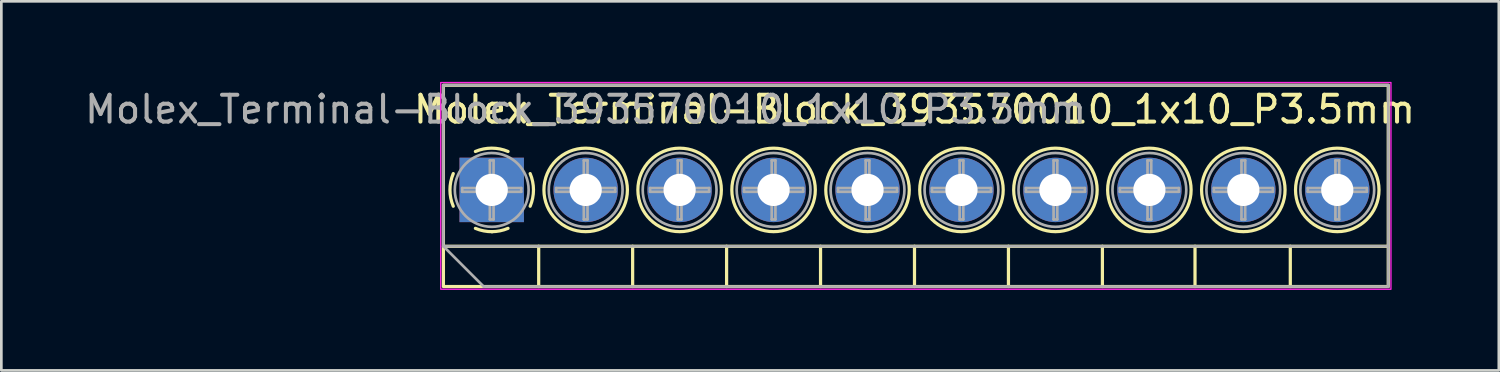
<source format=kicad_pcb>
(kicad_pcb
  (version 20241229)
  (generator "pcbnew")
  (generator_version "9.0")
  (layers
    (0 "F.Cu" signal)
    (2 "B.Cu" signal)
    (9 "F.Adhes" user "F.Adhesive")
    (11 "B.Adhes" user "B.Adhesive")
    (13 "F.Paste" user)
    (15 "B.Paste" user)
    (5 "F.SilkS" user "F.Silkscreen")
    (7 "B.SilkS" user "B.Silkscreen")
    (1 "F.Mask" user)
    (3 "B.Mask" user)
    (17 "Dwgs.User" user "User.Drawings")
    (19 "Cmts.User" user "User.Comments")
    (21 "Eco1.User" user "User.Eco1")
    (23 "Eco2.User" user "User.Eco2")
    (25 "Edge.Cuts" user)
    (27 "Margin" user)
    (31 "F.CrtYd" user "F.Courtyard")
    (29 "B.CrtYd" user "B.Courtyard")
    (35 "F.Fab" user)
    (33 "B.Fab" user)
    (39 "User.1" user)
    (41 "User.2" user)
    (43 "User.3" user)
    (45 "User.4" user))
  (footprint "Molex_Terminal-Block_393570010_1x10_P3.5mm"
    (layer "F.Cu")
    (at 15.268 4.025)
    (property "Reference" "Molex_Terminal-Block_393570010_1x10_P3.5mm" (at 15.75 -3 180) (layer "F.SilkS") (effects (font (size 1 1) (thickness 0.15))))
    (attr through_hole)
    (fp_line (start -1.8 2.1) (end 33.4 2.1) (stroke (width 0.12) (type solid)) (layer "F.SilkS"))
    (fp_line (start 1.75 2.1) (end 1.75 3.6) (stroke (width 0.12) (type default)) (layer "F.SilkS"))
    (fp_line (start 5.25 2.1) (end 5.25 3.6) (stroke (width 0.12) (type default)) (layer "F.SilkS"))
    (fp_line (start 8.75 2.1) (end 8.75 3.6) (stroke (width 0.12) (type default)) (layer "F.SilkS"))
    (fp_line (start 12.25 2.1) (end 12.25 3.6) (stroke (width 0.12) (type default)) (layer "F.SilkS"))
    (fp_line (start 15.75 3.6) (end 15.75 2.1) (stroke (width 0.12) (type default)) (layer "F.SilkS"))
    (fp_line (start 19.25 2.1) (end 19.25 3.6) (stroke (width 0.12) (type default)) (layer "F.SilkS"))
    (fp_line (start 22.75 2.1) (end 22.75 3.6) (stroke (width 0.12) (type default)) (layer "F.SilkS"))
    (fp_line (start 26.2 2.1) (end 26.2 3.6) (stroke (width 0.12) (type default)) (layer "F.SilkS"))
    (fp_line (start 29.75 2.1) (end 29.75 3.6) (stroke (width 0.12) (type default)) (layer "F.SilkS"))
    (fp_arc (start -1.432109 0.607742) (mid -1.555727 -0.00014) (end -1.432 -0.608) (stroke (width 0.12) (type solid)) (layer "F.SilkS"))
    (fp_arc (start -0.607742 -1.432109) (mid 0.00014 -1.555727) (end 0.608 -1.432) (stroke (width 0.12) (type solid)) (layer "F.SilkS"))
    (fp_arc (start 0.027011 1.555493) (mid -0.296984 1.527118) (end -0.608 1.432) (stroke (width 0.12) (type solid)) (layer "F.SilkS"))
    (fp_arc (start 0.607587 1.431385) (mid 0.310017 1.523783) (end 0 1.555) (stroke (width 0.12) (type solid)) (layer "F.SilkS"))
    (fp_arc (start 1.432109 -0.607742) (mid 1.555727 0.00014) (end 1.432 0.608) (stroke (width 0.12) (type solid)) (layer "F.SilkS"))
    (fp_circle (center 3.5 0) (end 5.055 0) (stroke (width 0.12) (type solid)) (fill no) (layer "F.SilkS"))
    (fp_circle (center 7 0) (end 8.555 0) (stroke (width 0.12) (type solid)) (fill no) (layer "F.SilkS"))
    (fp_circle (center 10.5 0) (end 12.055 0) (stroke (width 0.12) (type solid)) (fill no) (layer "F.SilkS"))
    (fp_circle (center 14 0) (end 15.555 0) (stroke (width 0.12) (type solid)) (fill no) (layer "F.SilkS"))
    (fp_circle (center 17.5 0) (end 19.055 0) (stroke (width 0.12) (type solid)) (fill no) (layer "F.SilkS"))
    (fp_circle (center 21 0) (end 22.555 0) (stroke (width 0.12) (type solid)) (fill no) (layer "F.SilkS"))
    (fp_circle (center 24.5 0) (end 26.055 0) (stroke (width 0.12) (type solid)) (fill no) (layer "F.SilkS"))
    (fp_circle (center 28 0) (end 29.555 0) (stroke (width 0.12) (type solid)) (fill no) (layer "F.SilkS"))
    (fp_circle (center 31.5 0) (end 33.055 0) (stroke (width 0.12) (type solid)) (fill no) (layer "F.SilkS"))
    (fp_poly (pts (xy 33.4 3.6) (xy 33.4 -3.9) (xy -1.8 -3.9) (xy -1.8 3.6)) (stroke (width 0.12) (type solid)) (fill no) (layer "F.SilkS"))
    (fp_poly (pts (xy -1.9 3.7) (xy -1.9 -4) (xy 33.5 -4) (xy 33.5 3.7)) (stroke (width 0.05) (type solid)) (fill no) (layer "F.CrtYd"))
    (fp_line (start -1.8 -3.9) (end 33.4 -3.9) (stroke (width 0.1) (type solid)) (layer "F.Fab"))
    (fp_line (start -1.8 2.1) (end -1.8 -3.9) (stroke (width 0.1) (type solid)) (layer "F.Fab"))
    (fp_line (start -1.8 2.1) (end 33.4 2.1) (stroke (width 0.1) (type solid)) (layer "F.Fab"))
    (fp_line (start -1.1 -0.069) (end -0.069 -0.069) (stroke (width 0.1) (type solid)) (layer "F.Fab"))
    (fp_line (start -1.1 0.069) (end -1.1 -0.069) (stroke (width 0.1) (type solid)) (layer "F.Fab"))
    (fp_line (start -0.3 3.6) (end -1.8 2.1) (stroke (width 0.1) (type solid)) (layer "F.Fab"))
    (fp_line (start -0.069 -1.1) (end 0.069 -1.1) (stroke (width 0.1) (type solid)) (layer "F.Fab"))
    (fp_line (start -0.069 -0.069) (end -0.069 -1.1) (stroke (width 0.1) (type solid)) (layer "F.Fab"))
    (fp_line (start -0.069 0.069) (end -1.1 0.069) (stroke (width 0.1) (type solid)) (layer "F.Fab"))
    (fp_line (start -0.069 1.1) (end -0.069 0.069) (stroke (width 0.1) (type solid)) (layer "F.Fab"))
    (fp_line (start 0.069 -1.1) (end 0.069 -0.069) (stroke (width 0.1) (type solid)) (layer "F.Fab"))
    (fp_line (start 0.069 -0.069) (end 1.1 -0.069) (stroke (width 0.1) (type solid)) (layer "F.Fab"))
    (fp_line (start 0.069 0.069) (end 0.069 1.1) (stroke (width 0.1) (type solid)) (layer "F.Fab"))
    (fp_line (start 0.069 1.1) (end -0.069 1.1) (stroke (width 0.1) (type solid)) (layer "F.Fab"))
    (fp_line (start 1.1 -0.069) (end 1.1 0.069) (stroke (width 0.1) (type solid)) (layer "F.Fab"))
    (fp_line (start 1.1 0.069) (end 0.069 0.069) (stroke (width 0.1) (type solid)) (layer "F.Fab"))
    (fp_line (start 2.4 -0.069) (end 3.431 -0.069) (stroke (width 0.1) (type solid)) (layer "F.Fab"))
    (fp_line (start 2.4 0.069) (end 2.4 -0.069) (stroke (width 0.1) (type solid)) (layer "F.Fab"))
    (fp_line (start 3.431 -1.1) (end 3.569 -1.1) (stroke (width 0.1) (type solid)) (layer "F.Fab"))
    (fp_line (start 3.431 -0.069) (end 3.431 -1.1) (stroke (width 0.1) (type solid)) (layer "F.Fab"))
    (fp_line (start 3.431 0.069) (end 2.4 0.069) (stroke (width 0.1) (type solid)) (layer "F.Fab"))
    (fp_line (start 3.431 1.1) (end 3.431 0.069) (stroke (width 0.1) (type solid)) (layer "F.Fab"))
    (fp_line (start 3.569 -1.1) (end 3.569 -0.069) (stroke (width 0.1) (type solid)) (layer "F.Fab"))
    (fp_line (start 3.569 -0.069) (end 4.6 -0.069) (stroke (width 0.1) (type solid)) (layer "F.Fab"))
    (fp_line (start 3.569 0.069) (end 3.569 1.1) (stroke (width 0.1) (type solid)) (layer "F.Fab"))
    (fp_line (start 3.569 1.1) (end 3.431 1.1) (stroke (width 0.1) (type solid)) (layer "F.Fab"))
    (fp_line (start 4.6 -0.069) (end 4.6 0.069) (stroke (width 0.1) (type solid)) (layer "F.Fab"))
    (fp_line (start 4.6 0.069) (end 3.569 0.069) (stroke (width 0.1) (type solid)) (layer "F.Fab"))
    (fp_line (start 5.9 -0.069) (end 6.931 -0.069) (stroke (width 0.1) (type solid)) (layer "F.Fab"))
    (fp_line (start 5.9 0.069) (end 5.9 -0.069) (stroke (width 0.1) (type solid)) (layer "F.Fab"))
    (fp_line (start 6.931 -1.1) (end 7.069 -1.1) (stroke (width 0.1) (type solid)) (layer "F.Fab"))
    (fp_line (start 6.931 -0.069) (end 6.931 -1.1) (stroke (width 0.1) (type solid)) (layer "F.Fab"))
    (fp_line (start 6.931 0.069) (end 5.9 0.069) (stroke (width 0.1) (type solid)) (layer "F.Fab"))
    (fp_line (start 6.931 1.1) (end 6.931 0.069) (stroke (width 0.1) (type solid)) (layer "F.Fab"))
    (fp_line (start 7.069 -1.1) (end 7.069 -0.069) (stroke (width 0.1) (type solid)) (layer "F.Fab"))
    (fp_line (start 7.069 -0.069) (end 8.1 -0.069) (stroke (width 0.1) (type solid)) (layer "F.Fab"))
    (fp_line (start 7.069 0.069) (end 7.069 1.1) (stroke (width 0.1) (type solid)) (layer "F.Fab"))
    (fp_line (start 7.069 1.1) (end 6.931 1.1) (stroke (width 0.1) (type solid)) (layer "F.Fab"))
    (fp_line (start 8.1 -0.069) (end 8.1 0.069) (stroke (width 0.1) (type solid)) (layer "F.Fab"))
    (fp_line (start 8.1 0.069) (end 7.069 0.069) (stroke (width 0.1) (type solid)) (layer "F.Fab"))
    (fp_line (start 9.4 -0.069) (end 10.431 -0.069) (stroke (width 0.1) (type solid)) (layer "F.Fab"))
    (fp_line (start 9.4 0.069) (end 9.4 -0.069) (stroke (width 0.1) (type solid)) (layer "F.Fab"))
    (fp_line (start 10.431 -1.1) (end 10.569 -1.1) (stroke (width 0.1) (type solid)) (layer "F.Fab"))
    (fp_line (start 10.431 -0.069) (end 10.431 -1.1) (stroke (width 0.1) (type solid)) (layer "F.Fab"))
    (fp_line (start 10.431 0.069) (end 9.4 0.069) (stroke (width 0.1) (type solid)) (layer "F.Fab"))
    (fp_line (start 10.431 1.1) (end 10.431 0.069) (stroke (width 0.1) (type solid)) (layer "F.Fab"))
    (fp_line (start 10.569 -1.1) (end 10.569 -0.069) (stroke (width 0.1) (type solid)) (layer "F.Fab"))
    (fp_line (start 10.569 -0.069) (end 11.6 -0.069) (stroke (width 0.1) (type solid)) (layer "F.Fab"))
    (fp_line (start 10.569 0.069) (end 10.569 1.1) (stroke (width 0.1) (type solid)) (layer "F.Fab"))
    (fp_line (start 10.569 1.1) (end 10.431 1.1) (stroke (width 0.1) (type solid)) (layer "F.Fab"))
    (fp_line (start 11.6 -0.069) (end 11.6 0.069) (stroke (width 0.1) (type solid)) (layer "F.Fab"))
    (fp_line (start 11.6 0.069) (end 10.569 0.069) (stroke (width 0.1) (type solid)) (layer "F.Fab"))
    (fp_line (start 12.9 -0.069) (end 13.931 -0.069) (stroke (width 0.1) (type solid)) (layer "F.Fab"))
    (fp_line (start 12.9 0.069) (end 12.9 -0.069) (stroke (width 0.1) (type solid)) (layer "F.Fab"))
    (fp_line (start 13.931 -1.1) (end 14.069 -1.1) (stroke (width 0.1) (type solid)) (layer "F.Fab"))
    (fp_line (start 13.931 -0.069) (end 13.931 -1.1) (stroke (width 0.1) (type solid)) (layer "F.Fab"))
    (fp_line (start 13.931 0.069) (end 12.9 0.069) (stroke (width 0.1) (type solid)) (layer "F.Fab"))
    (fp_line (start 13.931 1.1) (end 13.931 0.069) (stroke (width 0.1) (type solid)) (layer "F.Fab"))
    (fp_line (start 14.069 -1.1) (end 14.069 -0.069) (stroke (width 0.1) (type solid)) (layer "F.Fab"))
    (fp_line (start 14.069 -0.069) (end 15.1 -0.069) (stroke (width 0.1) (type solid)) (layer "F.Fab"))
    (fp_line (start 14.069 0.069) (end 14.069 1.1) (stroke (width 0.1) (type solid)) (layer "F.Fab"))
    (fp_line (start 14.069 1.1) (end 13.931 1.1) (stroke (width 0.1) (type solid)) (layer "F.Fab"))
    (fp_line (start 15.1 -0.069) (end 15.1 0.069) (stroke (width 0.1) (type solid)) (layer "F.Fab"))
    (fp_line (start 15.1 0.069) (end 14.069 0.069) (stroke (width 0.1) (type solid)) (layer "F.Fab"))
    (fp_line (start 16.4 -0.069) (end 17.431 -0.069) (stroke (width 0.1) (type solid)) (layer "F.Fab"))
    (fp_line (start 16.4 0.069) (end 16.4 -0.069) (stroke (width 0.1) (type solid)) (layer "F.Fab"))
    (fp_line (start 17.431 -1.1) (end 17.569 -1.1) (stroke (width 0.1) (type solid)) (layer "F.Fab"))
    (fp_line (start 17.431 -0.069) (end 17.431 -1.1) (stroke (width 0.1) (type solid)) (layer "F.Fab"))
    (fp_line (start 17.431 0.069) (end 16.4 0.069) (stroke (width 0.1) (type solid)) (layer "F.Fab"))
    (fp_line (start 17.431 1.1) (end 17.431 0.069) (stroke (width 0.1) (type solid)) (layer "F.Fab"))
    (fp_line (start 17.569 -1.1) (end 17.569 -0.069) (stroke (width 0.1) (type solid)) (layer "F.Fab"))
    (fp_line (start 17.569 -0.069) (end 18.6 -0.069) (stroke (width 0.1) (type solid)) (layer "F.Fab"))
    (fp_line (start 17.569 0.069) (end 17.569 1.1) (stroke (width 0.1) (type solid)) (layer "F.Fab"))
    (fp_line (start 17.569 1.1) (end 17.431 1.1) (stroke (width 0.1) (type solid)) (layer "F.Fab"))
    (fp_line (start 18.6 -0.069) (end 18.6 0.069) (stroke (width 0.1) (type solid)) (layer "F.Fab"))
    (fp_line (start 18.6 0.069) (end 17.569 0.069) (stroke (width 0.1) (type solid)) (layer "F.Fab"))
    (fp_line (start 19.9 -0.069) (end 20.931 -0.069) (stroke (width 0.1) (type solid)) (layer "F.Fab"))
    (fp_line (start 19.9 0.069) (end 19.9 -0.069) (stroke (width 0.1) (type solid)) (layer "F.Fab"))
    (fp_line (start 20.931 -1.1) (end 21.069 -1.1) (stroke (width 0.1) (type solid)) (layer "F.Fab"))
    (fp_line (start 20.931 -0.069) (end 20.931 -1.1) (stroke (width 0.1) (type solid)) (layer "F.Fab"))
    (fp_line (start 20.931 0.069) (end 19.9 0.069) (stroke (width 0.1) (type solid)) (layer "F.Fab"))
    (fp_line (start 20.931 1.1) (end 20.931 0.069) (stroke (width 0.1) (type solid)) (layer "F.Fab"))
    (fp_line (start 21.069 -1.1) (end 21.069 -0.069) (stroke (width 0.1) (type solid)) (layer "F.Fab"))
    (fp_line (start 21.069 -0.069) (end 22.1 -0.069) (stroke (width 0.1) (type solid)) (layer "F.Fab"))
    (fp_line (start 21.069 0.069) (end 21.069 1.1) (stroke (width 0.1) (type solid)) (layer "F.Fab"))
    (fp_line (start 21.069 1.1) (end 20.931 1.1) (stroke (width 0.1) (type solid)) (layer "F.Fab"))
    (fp_line (start 22.1 -0.069) (end 22.1 0.069) (stroke (width 0.1) (type solid)) (layer "F.Fab"))
    (fp_line (start 22.1 0.069) (end 21.069 0.069) (stroke (width 0.1) (type solid)) (layer "F.Fab"))
    (fp_line (start 23.4 -0.069) (end 24.431 -0.069) (stroke (width 0.1) (type solid)) (layer "F.Fab"))
    (fp_line (start 23.4 0.069) (end 23.4 -0.069) (stroke (width 0.1) (type solid)) (layer "F.Fab"))
    (fp_line (start 24.431 -1.1) (end 24.569 -1.1) (stroke (width 0.1) (type solid)) (layer "F.Fab"))
    (fp_line (start 24.431 -0.069) (end 24.431 -1.1) (stroke (width 0.1) (type solid)) (layer "F.Fab"))
    (fp_line (start 24.431 0.069) (end 23.4 0.069) (stroke (width 0.1) (type solid)) (layer "F.Fab"))
    (fp_line (start 24.431 1.1) (end 24.431 0.069) (stroke (width 0.1) (type solid)) (layer "F.Fab"))
    (fp_line (start 24.569 -1.1) (end 24.569 -0.069) (stroke (width 0.1) (type solid)) (layer "F.Fab"))
    (fp_line (start 24.569 -0.069) (end 25.6 -0.069) (stroke (width 0.1) (type solid)) (layer "F.Fab"))
    (fp_line (start 24.569 0.069) (end 24.569 1.1) (stroke (width 0.1) (type solid)) (layer "F.Fab"))
    (fp_line (start 24.569 1.1) (end 24.431 1.1) (stroke (width 0.1) (type solid)) (layer "F.Fab"))
    (fp_line (start 25.6 -0.069) (end 25.6 0.069) (stroke (width 0.1) (type solid)) (layer "F.Fab"))
    (fp_line (start 25.6 0.069) (end 24.569 0.069) (stroke (width 0.1) (type solid)) (layer "F.Fab"))
    (fp_line (start 26.9 -0.069) (end 27.931 -0.069) (stroke (width 0.1) (type solid)) (layer "F.Fab"))
    (fp_line (start 26.9 0.069) (end 26.9 -0.069) (stroke (width 0.1) (type solid)) (layer "F.Fab"))
    (fp_line (start 27.931 -1.1) (end 28.069 -1.1) (stroke (width 0.1) (type solid)) (layer "F.Fab"))
    (fp_line (start 27.931 -0.069) (end 27.931 -1.1) (stroke (width 0.1) (type solid)) (layer "F.Fab"))
    (fp_line (start 27.931 0.069) (end 26.9 0.069) (stroke (width 0.1) (type solid)) (layer "F.Fab"))
    (fp_line (start 27.931 1.1) (end 27.931 0.069) (stroke (width 0.1) (type solid)) (layer "F.Fab"))
    (fp_line (start 28.069 -1.1) (end 28.069 -0.069) (stroke (width 0.1) (type solid)) (layer "F.Fab"))
    (fp_line (start 28.069 -0.069) (end 29.1 -0.069) (stroke (width 0.1) (type solid)) (layer "F.Fab"))
    (fp_line (start 28.069 0.069) (end 28.069 1.1) (stroke (width 0.1) (type solid)) (layer "F.Fab"))
    (fp_line (start 28.069 1.1) (end 27.931 1.1) (stroke (width 0.1) (type solid)) (layer "F.Fab"))
    (fp_line (start 29.1 -0.069) (end 29.1 0.069) (stroke (width 0.1) (type solid)) (layer "F.Fab"))
    (fp_line (start 29.1 0.069) (end 28.069 0.069) (stroke (width 0.1) (type solid)) (layer "F.Fab"))
    (fp_line (start 30.4 -0.069) (end 31.431 -0.069) (stroke (width 0.1) (type solid)) (layer "F.Fab"))
    (fp_line (start 30.4 0.069) (end 30.4 -0.069) (stroke (width 0.1) (type solid)) (layer "F.Fab"))
    (fp_line (start 31.431 -1.1) (end 31.569 -1.1) (stroke (width 0.1) (type solid)) (layer "F.Fab"))
    (fp_line (start 31.431 -0.069) (end 31.431 -1.1) (stroke (width 0.1) (type solid)) (layer "F.Fab"))
    (fp_line (start 31.431 0.069) (end 30.4 0.069) (stroke (width 0.1) (type solid)) (layer "F.Fab"))
    (fp_line (start 31.431 1.1) (end 31.431 0.069) (stroke (width 0.1) (type solid)) (layer "F.Fab"))
    (fp_line (start 31.569 -1.1) (end 31.569 -0.069) (stroke (width 0.1) (type solid)) (layer "F.Fab"))
    (fp_line (start 31.569 -0.069) (end 32.6 -0.069) (stroke (width 0.1) (type solid)) (layer "F.Fab"))
    (fp_line (start 31.569 0.069) (end 31.569 1.1) (stroke (width 0.1) (type solid)) (layer "F.Fab"))
    (fp_line (start 31.569 1.1) (end 31.431 1.1) (stroke (width 0.1) (type solid)) (layer "F.Fab"))
    (fp_line (start 32.6 -0.069) (end 32.6 0.069) (stroke (width 0.1) (type solid)) (layer "F.Fab"))
    (fp_line (start 32.6 0.069) (end 31.569 0.069) (stroke (width 0.1) (type solid)) (layer "F.Fab"))
    (fp_line (start 33.4 -3.9) (end 33.4 3.6) (stroke (width 0.1) (type solid)) (layer "F.Fab"))
    (fp_line (start 33.4 3.6) (end -0.3 3.6) (stroke (width 0.1) (type solid)) (layer "F.Fab"))
    (fp_circle (center 0 0) (end 1.375 0) (stroke (width 0.1) (type solid)) (fill no) (layer "F.Fab"))
    (fp_circle (center 3.5 0) (end 4.875 0) (stroke (width 0.1) (type solid)) (fill no) (layer "F.Fab"))
    (fp_circle (center 7 0) (end 8.375 0) (stroke (width 0.1) (type solid)) (fill no) (layer "F.Fab"))
    (fp_circle (center 10.5 0) (end 11.875 0) (stroke (width 0.1) (type solid)) (fill no) (layer "F.Fab"))
    (fp_circle (center 14 0) (end 15.375 0) (stroke (width 0.1) (type solid)) (fill no) (layer "F.Fab"))
    (fp_circle (center 17.5 0) (end 18.875 0) (stroke (width 0.1) (type solid)) (fill no) (layer "F.Fab"))
    (fp_circle (center 21 0) (end 22.375 0) (stroke (width 0.1) (type solid)) (fill no) (layer "F.Fab"))
    (fp_circle (center 24.5 0) (end 25.875 0) (stroke (width 0.1) (type solid)) (fill no) (layer "F.Fab"))
    (fp_circle (center 28 0) (end 29.375 0) (stroke (width 0.1) (type solid)) (fill no) (layer "F.Fab"))
    (fp_circle (center 31.5 0) (end 32.875 0) (stroke (width 0.1) (type solid)) (fill no) (layer "F.Fab"))
    (fp_text user "${REFERENCE}" (at 3.5 -3 0) (unlocked yes) (layer "F.Fab") (effects (font (size 1 1) (thickness 0.15))))
    (pad "1" thru_hole rect (at 0 0) (size 2.4 2.4) (drill 1.2) (layers "*.Cu" "*.Mask"))
    (pad "2" thru_hole circle (at 3.5 0) (size 2.4 2.4) (drill 1.2) (layers "*.Cu" "*.Mask"))
    (pad "3" thru_hole circle (at 7 0) (size 2.4 2.4) (drill 1.2) (layers "*.Cu" "*.Mask"))
    (pad "4" thru_hole circle (at 10.5 0) (size 2.4 2.4) (drill 1.2) (layers "*.Cu" "*.Mask"))
    (pad "5" thru_hole circle (at 14 0) (size 2.4 2.4) (drill 1.2) (layers "*.Cu" "*.Mask"))
    (pad "6" thru_hole circle (at 17.5 0) (size 2.4 2.4) (drill 1.2) (layers "*.Cu" "*.Mask"))
    (pad "7" thru_hole circle (at 21 0) (size 2.4 2.4) (drill 1.2) (layers "*.Cu" "*.Mask"))
    (pad "8" thru_hole circle (at 24.5 0) (size 2.4 2.4) (drill 1.2) (layers "*.Cu" "*.Mask"))
    (pad "9" thru_hole circle (at 28 0) (size 2.4 2.4) (drill 1.2) (layers "*.Cu" "*.Mask"))
    (pad "10" thru_hole circle (at 31.5 0) (size 2.4 2.4) (drill 1.2) (layers "*.Cu" "*.Mask")))
  (gr_rect
    (start -3 -3)
    (end 52.786 10.75)
    (stroke (width 0.1) (type default))
    (fill no)
    (layer "Edge.Cuts")))
</source>
